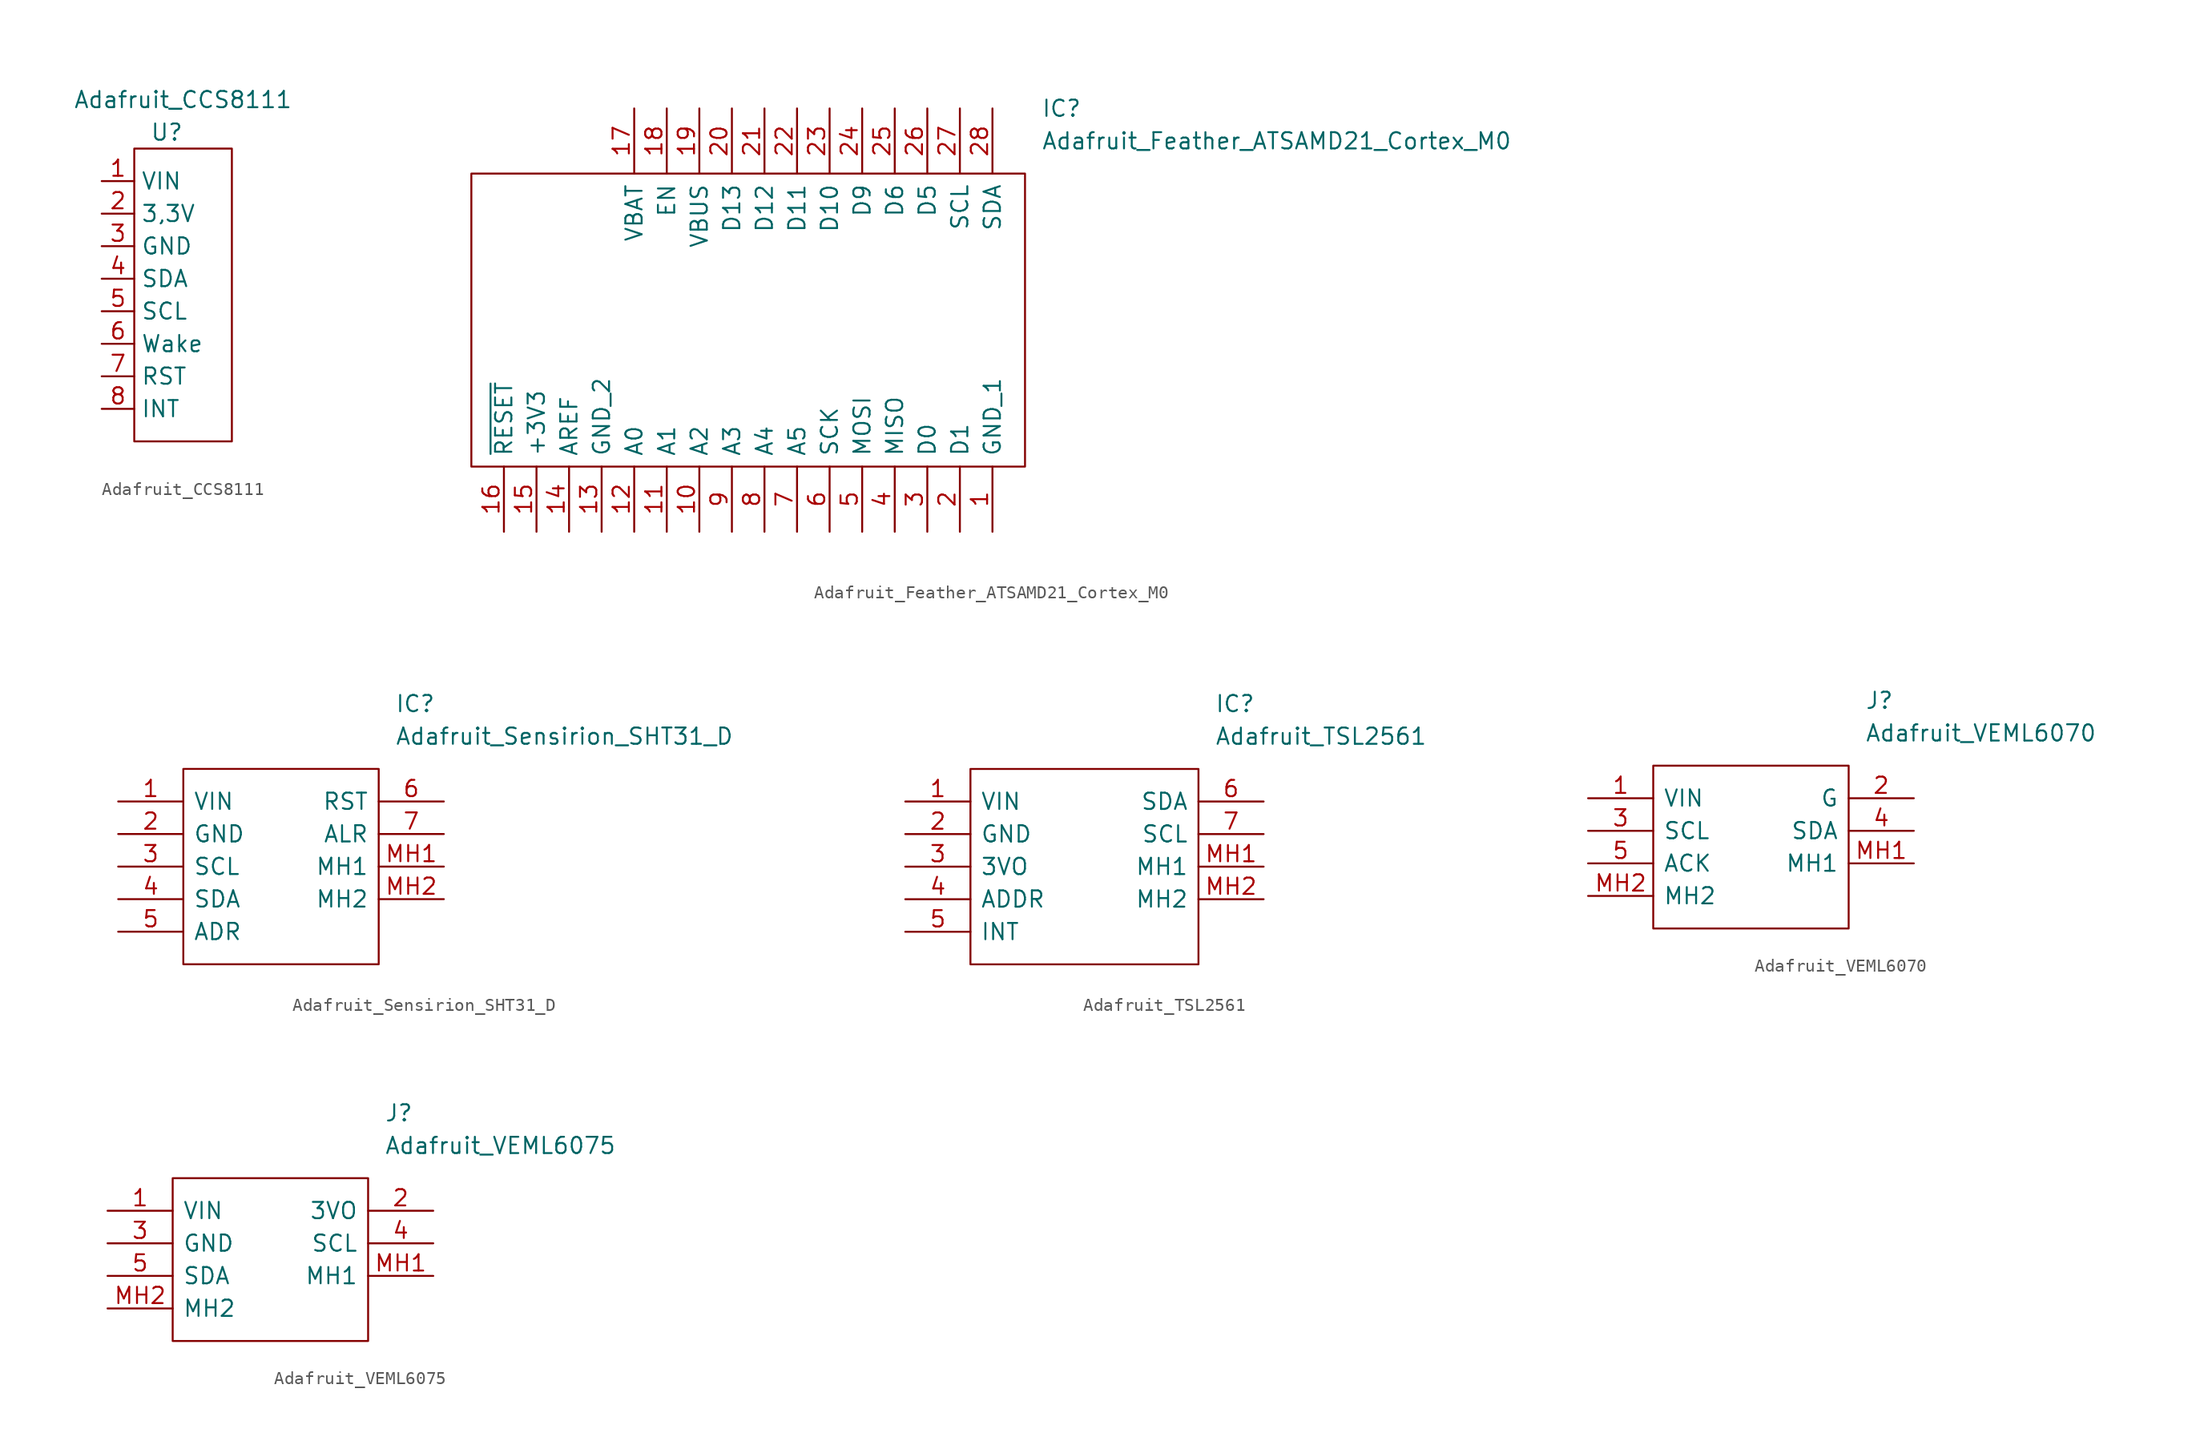
<source format=kicad_sym>
(kicad_symbol_lib
  (version 20220102)
  (generator kicad_symbol_editor)
  (symbol "Adafruit_CCS8111"
    (property "Reference" "U"
      (at -1.27 12.7 0)
      (effects (font (size 1.27 1.27))))
    (property "Value" "Adafruit_CCS8111"
      (at 0 15.24 0)
      (effects (font (size 1.27 1.27))))
    (symbol "Adafruit_CCS8111_0_1"
      (rectangle (start -3.81 11.43) (end 3.81 -11.43) (stroke (width 0) (type default)) (fill (type none)))
      (pin input line (at -6.35 8.89 0) (length 2.54) (name "VIN" (effects (font (size 1.27 1.27)))) (number "1" (effects (font (size 1.27 1.27)))))
      (pin input line (at -6.35 6.35 0) (length 2.54) (name "3,3V" (effects (font (size 1.27 1.27)))) (number "2" (effects (font (size 1.27 1.27)))))
      (pin input line (at -6.35 3.81 0) (length 2.54) (name "GND" (effects (font (size 1.27 1.27)))) (number "3" (effects (font (size 1.27 1.27)))))
      (pin input line (at -6.35 1.27 0) (length 2.54) (name "SDA" (effects (font (size 1.27 1.27)))) (number "4" (effects (font (size 1.27 1.27)))))
      (pin input line (at -6.35 -1.27 0) (length 2.54) (name "SCL" (effects (font (size 1.27 1.27)))) (number "5" (effects (font (size 1.27 1.27)))))
      (pin input line (at -6.35 -3.81 0) (length 2.54) (name "Wake" (effects (font (size 1.27 1.27)))) (number "6" (effects (font (size 1.27 1.27)))))
      (pin input line (at -6.35 -6.35 0) (length 2.54) (name "RST" (effects (font (size 1.27 1.27)))) (number "7" (effects (font (size 1.27 1.27)))))
      (pin input line (at -6.35 -8.89 0) (length 2.54) (name "INT" (effects (font (size 1.27 1.27)))) (number "8" (effects (font (size 1.27 1.27)))))))
  (symbol "Adafruit_Feather_ATSAMD21_Cortex_M0"
    (pin_names
      (offset 0.762))
    (property "Reference" "IC"
      (at 41.91 0 0)
      (effects (font (size 1.27 1.27)) (justify left)))
    (property "Value" "Adafruit_Feather_ATSAMD21_Cortex_M0"
      (at 41.91 -2.54 0)
      (effects (font (size 1.27 1.27)) (justify left)))
    (symbol "Adafruit_Feather_ATSAMD21_Cortex_M0_0_0"
      (pin bidirectional line (at 38.1 -33.02 90) (length 5.08) (name "GND_1" (effects (font (size 1.27 1.27)))) (number "1" (effects (font (size 1.27 1.27)))))
      (pin bidirectional line (at 15.24 -33.02 90) (length 5.08) (name "A2" (effects (font (size 1.27 1.27)))) (number "10" (effects (font (size 1.27 1.27)))))
      (pin bidirectional line (at 12.7 -33.02 90) (length 5.08) (name "A1" (effects (font (size 1.27 1.27)))) (number "11" (effects (font (size 1.27 1.27)))))
      (pin bidirectional line (at 10.16 -33.02 90) (length 5.08) (name "A0" (effects (font (size 1.27 1.27)))) (number "12" (effects (font (size 1.27 1.27)))))
      (pin bidirectional line (at 7.62 -33.02 90) (length 5.08) (name "GND_2" (effects (font (size 1.27 1.27)))) (number "13" (effects (font (size 1.27 1.27)))))
      (pin bidirectional line (at 5.08 -33.02 90) (length 5.08) (name "AREF" (effects (font (size 1.27 1.27)))) (number "14" (effects (font (size 1.27 1.27)))))
      (pin bidirectional line (at 2.54 -33.02 90) (length 5.08) (name "+3V3" (effects (font (size 1.27 1.27)))) (number "15" (effects (font (size 1.27 1.27)))))
      (pin bidirectional line (at 0 -33.02 90) (length 5.08) (name "~{RESET}" (effects (font (size 1.27 1.27)))) (number "16" (effects (font (size 1.27 1.27)))))
      (pin bidirectional line (at 10.16 0 270) (length 5.08) (name "VBAT" (effects (font (size 1.27 1.27)))) (number "17" (effects (font (size 1.27 1.27)))))
      (pin bidirectional line (at 12.7 0 270) (length 5.08) (name "EN" (effects (font (size 1.27 1.27)))) (number "18" (effects (font (size 1.27 1.27)))))
      (pin bidirectional line (at 15.24 0 270) (length 5.08) (name "VBUS" (effects (font (size 1.27 1.27)))) (number "19" (effects (font (size 1.27 1.27)))))
      (pin bidirectional line (at 35.56 -33.02 90) (length 5.08) (name "D1" (effects (font (size 1.27 1.27)))) (number "2" (effects (font (size 1.27 1.27)))))
      (pin bidirectional line (at 17.78 0 270) (length 5.08) (name "D13" (effects (font (size 1.27 1.27)))) (number "20" (effects (font (size 1.27 1.27)))))
      (pin bidirectional line (at 20.32 0 270) (length 5.08) (name "D12" (effects (font (size 1.27 1.27)))) (number "21" (effects (font (size 1.27 1.27)))))
      (pin bidirectional line (at 22.86 0 270) (length 5.08) (name "D11" (effects (font (size 1.27 1.27)))) (number "22" (effects (font (size 1.27 1.27)))))
      (pin bidirectional line (at 25.4 0 270) (length 5.08) (name "D10" (effects (font (size 1.27 1.27)))) (number "23" (effects (font (size 1.27 1.27)))))
      (pin bidirectional line (at 27.94 0 270) (length 5.08) (name "D9" (effects (font (size 1.27 1.27)))) (number "24" (effects (font (size 1.27 1.27)))))
      (pin bidirectional line (at 30.48 0 270) (length 5.08) (name "D6" (effects (font (size 1.27 1.27)))) (number "25" (effects (font (size 1.27 1.27)))))
      (pin bidirectional line (at 33.02 0 270) (length 5.08) (name "D5" (effects (font (size 1.27 1.27)))) (number "26" (effects (font (size 1.27 1.27)))))
      (pin bidirectional line (at 35.56 0 270) (length 5.08) (name "SCL" (effects (font (size 1.27 1.27)))) (number "27" (effects (font (size 1.27 1.27)))))
      (pin bidirectional line (at 38.1 0 270) (length 5.08) (name "SDA" (effects (font (size 1.27 1.27)))) (number "28" (effects (font (size 1.27 1.27)))))
      (pin bidirectional line (at 33.02 -33.02 90) (length 5.08) (name "D0" (effects (font (size 1.27 1.27)))) (number "3" (effects (font (size 1.27 1.27)))))
      (pin bidirectional line (at 30.48 -33.02 90) (length 5.08) (name "MISO" (effects (font (size 1.27 1.27)))) (number "4" (effects (font (size 1.27 1.27)))))
      (pin bidirectional line (at 27.94 -33.02 90) (length 5.08) (name "MOSI" (effects (font (size 1.27 1.27)))) (number "5" (effects (font (size 1.27 1.27)))))
      (pin bidirectional line (at 25.4 -33.02 90) (length 5.08) (name "SCK" (effects (font (size 1.27 1.27)))) (number "6" (effects (font (size 1.27 1.27)))))
      (pin bidirectional line (at 22.86 -33.02 90) (length 5.08) (name "A5" (effects (font (size 1.27 1.27)))) (number "7" (effects (font (size 1.27 1.27)))))
      (pin bidirectional line (at 20.32 -33.02 90) (length 5.08) (name "A4" (effects (font (size 1.27 1.27)))) (number "8" (effects (font (size 1.27 1.27)))))
      (pin bidirectional line (at 17.78 -33.02 90) (length 5.08) (name "A3" (effects (font (size 1.27 1.27)))) (number "9" (effects (font (size 1.27 1.27))))))
    (symbol "Adafruit_Feather_ATSAMD21_Cortex_M0_0_1"
      (polyline (pts (xy -2.54 -5.08) (xy 40.64 -5.08) (xy 40.64 -27.94) (xy -2.54 -27.94) (xy -2.54 -5.08)) (stroke (width 0.152) (type default)) (fill (type none)))))
  (symbol "Adafruit_Sensirion_SHT31_D"
    (pin_names
      (offset 0.762))
    (property "Reference" "IC"
      (at 21.59 7.62 0)
      (effects (font (size 1.27 1.27)) (justify left)))
    (property "Value" "Adafruit_Sensirion_SHT31_D"
      (at 21.59 5.08 0)
      (effects (font (size 1.27 1.27)) (justify left)))
    (symbol "Adafruit_Sensirion_SHT31_D_0_0"
      (pin bidirectional line (at 0 0 0) (length 5.08) (name "VIN" (effects (font (size 1.27 1.27)))) (number "1" (effects (font (size 1.27 1.27)))))
      (pin bidirectional line (at 0 -2.54 0) (length 5.08) (name "GND" (effects (font (size 1.27 1.27)))) (number "2" (effects (font (size 1.27 1.27)))))
      (pin bidirectional line (at 0 -5.08 0) (length 5.08) (name "SCL" (effects (font (size 1.27 1.27)))) (number "3" (effects (font (size 1.27 1.27)))))
      (pin bidirectional line (at 0 -7.62 0) (length 5.08) (name "SDA" (effects (font (size 1.27 1.27)))) (number "4" (effects (font (size 1.27 1.27)))))
      (pin bidirectional line (at 0 -10.16 0) (length 5.08) (name "ADR" (effects (font (size 1.27 1.27)))) (number "5" (effects (font (size 1.27 1.27)))))
      (pin bidirectional line (at 25.4 0 180) (length 5.08) (name "RST" (effects (font (size 1.27 1.27)))) (number "6" (effects (font (size 1.27 1.27)))))
      (pin bidirectional line (at 25.4 -2.54 180) (length 5.08) (name "ALR" (effects (font (size 1.27 1.27)))) (number "7" (effects (font (size 1.27 1.27)))))
      (pin bidirectional line (at 25.4 -5.08 180) (length 5.08) (name "MH1" (effects (font (size 1.27 1.27)))) (number "MH1" (effects (font (size 1.27 1.27)))))
      (pin bidirectional line (at 25.4 -7.62 180) (length 5.08) (name "MH2" (effects (font (size 1.27 1.27)))) (number "MH2" (effects (font (size 1.27 1.27))))))
    (symbol "Adafruit_Sensirion_SHT31_D_0_1"
      (polyline (pts (xy 5.08 2.54) (xy 20.32 2.54) (xy 20.32 -12.7) (xy 5.08 -12.7) (xy 5.08 2.54)) (stroke (width 0.152) (type default)) (fill (type none)))))
  (symbol "Adafruit_TSL2561"
    (pin_names
      (offset 0.762))
    (property "Reference" "IC"
      (at 24.13 7.62 0)
      (effects (font (size 1.27 1.27)) (justify left)))
    (property "Value" "Adafruit_TSL2561"
      (at 24.13 5.08 0)
      (effects (font (size 1.27 1.27)) (justify left)))
    (symbol "Adafruit_TSL2561_0_0"
      (pin unspecified line (at 0 0 0) (length 5.08) (name "VIN" (effects (font (size 1.27 1.27)))) (number "1" (effects (font (size 1.27 1.27)))))
      (pin unspecified line (at 0 -2.54 0) (length 5.08) (name "GND" (effects (font (size 1.27 1.27)))) (number "2" (effects (font (size 1.27 1.27)))))
      (pin unspecified line (at 0 -5.08 0) (length 5.08) (name "3VO" (effects (font (size 1.27 1.27)))) (number "3" (effects (font (size 1.27 1.27)))))
      (pin unspecified line (at 0 -7.62 0) (length 5.08) (name "ADDR" (effects (font (size 1.27 1.27)))) (number "4" (effects (font (size 1.27 1.27)))))
      (pin unspecified line (at 0 -10.16 0) (length 5.08) (name "INT" (effects (font (size 1.27 1.27)))) (number "5" (effects (font (size 1.27 1.27)))))
      (pin unspecified line (at 27.94 0 180) (length 5.08) (name "SDA" (effects (font (size 1.27 1.27)))) (number "6" (effects (font (size 1.27 1.27)))))
      (pin unspecified line (at 27.94 -2.54 180) (length 5.08) (name "SCL" (effects (font (size 1.27 1.27)))) (number "7" (effects (font (size 1.27 1.27)))))
      (pin unspecified line (at 27.94 -5.08 180) (length 5.08) (name "MH1" (effects (font (size 1.27 1.27)))) (number "MH1" (effects (font (size 1.27 1.27)))))
      (pin unspecified line (at 27.94 -7.62 180) (length 5.08) (name "MH2" (effects (font (size 1.27 1.27)))) (number "MH2" (effects (font (size 1.27 1.27))))))
    (symbol "Adafruit_TSL2561_0_1"
      (polyline (pts (xy 5.08 2.54) (xy 22.86 2.54) (xy 22.86 -12.7) (xy 5.08 -12.7) (xy 5.08 2.54)) (stroke (width 0.152) (type default)) (fill (type none)))))
  (symbol "Adafruit_VEML6070"
    (pin_names
      (offset 0.762))
    (property "Reference" "J"
      (at 21.59 7.62 0)
      (effects (font (size 1.27 1.27)) (justify left)))
    (property "Value" "Adafruit_VEML6070"
      (at 21.59 5.08 0)
      (effects (font (size 1.27 1.27)) (justify left)))
    (symbol "Adafruit_VEML6070_0_0"
      (pin bidirectional line (at 0 0 0) (length 5.08) (name "VIN" (effects (font (size 1.27 1.27)))) (number "1" (effects (font (size 1.27 1.27)))))
      (pin bidirectional line (at 25.4 0 180) (length 5.08) (name "G" (effects (font (size 1.27 1.27)))) (number "2" (effects (font (size 1.27 1.27)))))
      (pin bidirectional line (at 0 -2.54 0) (length 5.08) (name "SCL" (effects (font (size 1.27 1.27)))) (number "3" (effects (font (size 1.27 1.27)))))
      (pin bidirectional line (at 25.4 -2.54 180) (length 5.08) (name "SDA" (effects (font (size 1.27 1.27)))) (number "4" (effects (font (size 1.27 1.27)))))
      (pin bidirectional line (at 0 -5.08 0) (length 5.08) (name "ACK" (effects (font (size 1.27 1.27)))) (number "5" (effects (font (size 1.27 1.27)))))
      (pin bidirectional line (at 25.4 -5.08 180) (length 5.08) (name "MH1" (effects (font (size 1.27 1.27)))) (number "MH1" (effects (font (size 1.27 1.27)))))
      (pin bidirectional line (at 0 -7.62 0) (length 5.08) (name "MH2" (effects (font (size 1.27 1.27)))) (number "MH2" (effects (font (size 1.27 1.27))))))
    (symbol "Adafruit_VEML6070_0_1"
      (polyline (pts (xy 5.08 2.54) (xy 20.32 2.54) (xy 20.32 -10.16) (xy 5.08 -10.16) (xy 5.08 2.54)) (stroke (width 0.152) (type default)) (fill (type none)))))
  (symbol "Adafruit_VEML6075"
    (pin_names
      (offset 0.762))
    (property "Reference" "J"
      (at 21.59 7.62 0)
      (effects (font (size 1.27 1.27)) (justify left)))
    (property "Value" "Adafruit_VEML6075"
      (at 21.59 5.08 0)
      (effects (font (size 1.27 1.27)) (justify left)))
    (symbol "Adafruit_VEML6075_0_0"
      (pin bidirectional line (at 0 0 0) (length 5.08) (name "VIN" (effects (font (size 1.27 1.27)))) (number "1" (effects (font (size 1.27 1.27)))))
      (pin bidirectional line (at 25.4 0 180) (length 5.08) (name "3VO" (effects (font (size 1.27 1.27)))) (number "2" (effects (font (size 1.27 1.27)))))
      (pin bidirectional line (at 0 -2.54 0) (length 5.08) (name "GND" (effects (font (size 1.27 1.27)))) (number "3" (effects (font (size 1.27 1.27)))))
      (pin bidirectional line (at 25.4 -2.54 180) (length 5.08) (name "SCL" (effects (font (size 1.27 1.27)))) (number "4" (effects (font (size 1.27 1.27)))))
      (pin bidirectional line (at 0 -5.08 0) (length 5.08) (name "SDA" (effects (font (size 1.27 1.27)))) (number "5" (effects (font (size 1.27 1.27)))))
      (pin bidirectional line (at 25.4 -5.08 180) (length 5.08) (name "MH1" (effects (font (size 1.27 1.27)))) (number "MH1" (effects (font (size 1.27 1.27)))))
      (pin bidirectional line (at 0 -7.62 0) (length 5.08) (name "MH2" (effects (font (size 1.27 1.27)))) (number "MH2" (effects (font (size 1.27 1.27))))))
    (symbol "Adafruit_VEML6075_0_1"
      (polyline (pts (xy 5.08 2.54) (xy 20.32 2.54) (xy 20.32 -10.16) (xy 5.08 -10.16) (xy 5.08 2.54)) (stroke (width 0.152) (type default)) (fill (type none))))))
</source>
